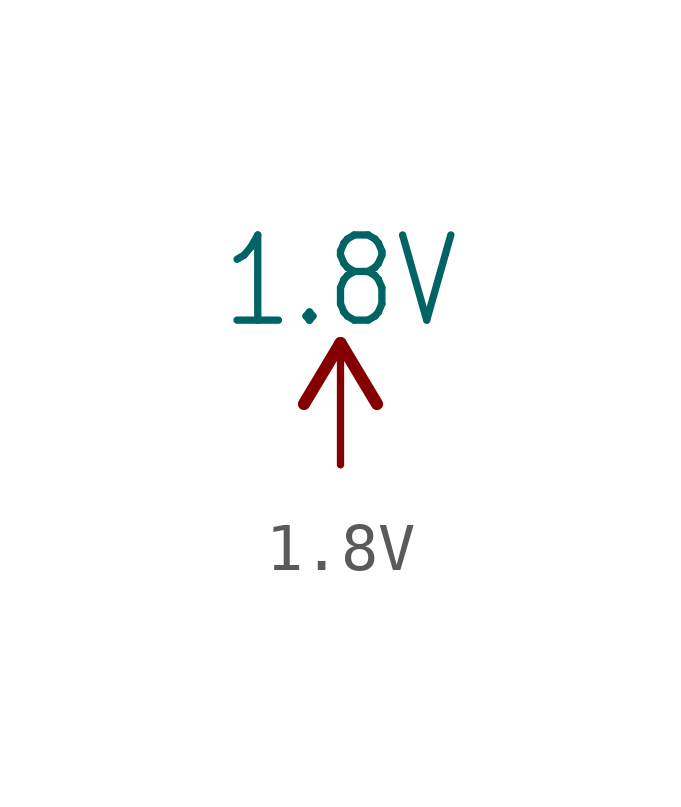
<source format=kicad_sym>
(kicad_symbol_lib
  (version 20220914)
  (generator kicad_symbol_editor)
  (symbol "1.8V"
    (power)
    (property "Reference" "#SUPPLY"
      (at 0 0 0)
      (effects (font (size 1.27 1.27)) hide))
    (property "Value" "1.8V"
      (at 0 2.794 0)
      (effects (font (size 1.778 1.511)) (justify bottom)))
    (property "ki_locked" ""
      (at 0 0 0)
      (effects (font (size 1.27 1.27))))
    (symbol "1.8V_1_0"
      (polyline (pts (xy 0 2.54) (xy -0.762 1.27)) (stroke (width 0.254) (type solid)) (fill (type none)))
      (polyline (pts (xy 0.762 1.27) (xy 0 2.54)) (stroke (width 0.254) (type solid)) (fill (type none)))
      (pin power_in line (at 0 0 90) (length 2.54) (name "1.8V" (effects (font (size 0 0)))) (number "1" (effects (font (size 0 0))))))))
</source>
